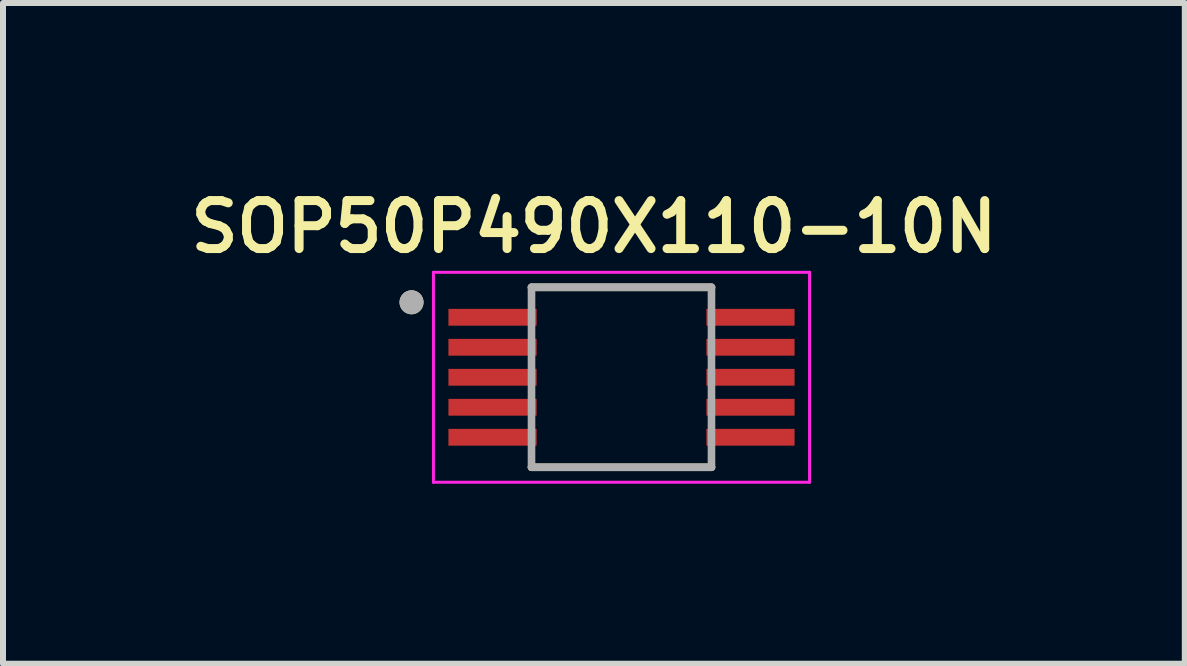
<source format=kicad_pcb>
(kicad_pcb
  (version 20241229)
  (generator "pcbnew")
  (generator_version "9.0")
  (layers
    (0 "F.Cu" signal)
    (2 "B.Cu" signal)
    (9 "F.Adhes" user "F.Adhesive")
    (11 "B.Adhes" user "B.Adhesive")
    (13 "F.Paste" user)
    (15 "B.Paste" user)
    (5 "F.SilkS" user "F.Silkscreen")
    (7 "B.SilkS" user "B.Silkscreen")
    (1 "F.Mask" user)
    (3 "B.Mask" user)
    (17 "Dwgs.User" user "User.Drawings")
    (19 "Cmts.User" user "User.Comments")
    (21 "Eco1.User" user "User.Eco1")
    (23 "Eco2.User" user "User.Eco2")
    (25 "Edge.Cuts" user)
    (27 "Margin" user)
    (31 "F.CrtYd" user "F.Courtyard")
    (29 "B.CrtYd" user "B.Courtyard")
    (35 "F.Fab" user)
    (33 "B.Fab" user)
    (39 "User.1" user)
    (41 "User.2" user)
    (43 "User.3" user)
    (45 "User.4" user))
  (footprint "SOP50P490X110-10N"
    (layer "F.Cu")
    (at 7.31 3.239)
    (property "Reference" "SOP50P490X110-10N" (at -0.46 -2.508 0) (layer "F.SilkS") (effects (font (size 0.8 0.8) (thickness 0.15))))
    (attr through_hole)
    (fp_line (start -1.5 -1.5) (end 1.5 -1.5) (stroke (width 0.127) (type solid)) (layer "F.SilkS"))
    (fp_line (start -1.5 1.5) (end 1.5 1.5) (stroke (width 0.127) (type solid)) (layer "F.SilkS"))
    (fp_circle (center -3.5 -1.25) (end -3.4 -1.25) (stroke (width 0.2) (type solid)) (fill no) (layer "F.SilkS"))
    (fp_line (start -3.135 -1.75) (end -3.135 1.75) (stroke (width 0.05) (type solid)) (layer "F.CrtYd"))
    (fp_line (start -3.135 -1.75) (end 3.135 -1.75) (stroke (width 0.05) (type solid)) (layer "F.CrtYd"))
    (fp_line (start -3.135 1.75) (end 3.135 1.75) (stroke (width 0.05) (type solid)) (layer "F.CrtYd"))
    (fp_line (start 3.135 -1.75) (end 3.135 1.75) (stroke (width 0.05) (type solid)) (layer "F.CrtYd"))
    (fp_line (start -1.5 -1.5) (end -1.5 1.5) (stroke (width 0.127) (type solid)) (layer "F.Fab"))
    (fp_line (start -1.5 -1.5) (end 1.5 -1.5) (stroke (width 0.127) (type solid)) (layer "F.Fab"))
    (fp_line (start -1.5 1.5) (end 1.5 1.5) (stroke (width 0.127) (type solid)) (layer "F.Fab"))
    (fp_line (start 1.5 -1.5) (end 1.5 1.5) (stroke (width 0.127) (type solid)) (layer "F.Fab"))
    (fp_circle (center -3.5 -1.25) (end -3.4 -1.25) (stroke (width 0.2) (type solid)) (fill no) (layer "F.Fab"))
    (pad "1" smd rect (at -2.15 -1) (size 1.47 0.28) (layers "F.Cu" "F.Mask" "F.Paste"))
    (pad "2" smd rect (at -2.15 -0.5) (size 1.47 0.28) (layers "F.Cu" "F.Mask" "F.Paste"))
    (pad "3" smd rect (at -2.15 0) (size 1.47 0.28) (layers "F.Cu" "F.Mask" "F.Paste"))
    (pad "4" smd rect (at -2.15 0.5) (size 1.47 0.28) (layers "F.Cu" "F.Mask" "F.Paste"))
    (pad "5" smd rect (at -2.15 1) (size 1.47 0.28) (layers "F.Cu" "F.Mask" "F.Paste"))
    (pad "6" smd rect (at 2.15 1) (size 1.47 0.28) (layers "F.Cu" "F.Mask" "F.Paste"))
    (pad "7" smd rect (at 2.15 0.5) (size 1.47 0.28) (layers "F.Cu" "F.Mask" "F.Paste"))
    (pad "8" smd rect (at 2.15 0) (size 1.47 0.28) (layers "F.Cu" "F.Mask" "F.Paste"))
    (pad "9" smd rect (at 2.15 -0.5) (size 1.47 0.28) (layers "F.Cu" "F.Mask" "F.Paste"))
    (pad "10" smd rect (at 2.15 -1) (size 1.47 0.28) (layers "F.Cu" "F.Mask" "F.Paste")))
  (gr_rect
    (start -3 -3)
    (end 16.7 8.014)
    (stroke (width 0.1) (type default))
    (fill no)
    (layer "Edge.Cuts")))
</source>
